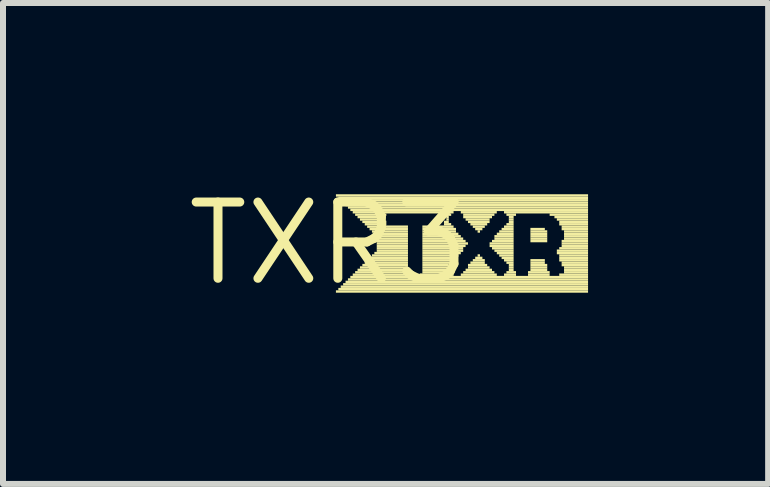
<source format=kicad_pcb>
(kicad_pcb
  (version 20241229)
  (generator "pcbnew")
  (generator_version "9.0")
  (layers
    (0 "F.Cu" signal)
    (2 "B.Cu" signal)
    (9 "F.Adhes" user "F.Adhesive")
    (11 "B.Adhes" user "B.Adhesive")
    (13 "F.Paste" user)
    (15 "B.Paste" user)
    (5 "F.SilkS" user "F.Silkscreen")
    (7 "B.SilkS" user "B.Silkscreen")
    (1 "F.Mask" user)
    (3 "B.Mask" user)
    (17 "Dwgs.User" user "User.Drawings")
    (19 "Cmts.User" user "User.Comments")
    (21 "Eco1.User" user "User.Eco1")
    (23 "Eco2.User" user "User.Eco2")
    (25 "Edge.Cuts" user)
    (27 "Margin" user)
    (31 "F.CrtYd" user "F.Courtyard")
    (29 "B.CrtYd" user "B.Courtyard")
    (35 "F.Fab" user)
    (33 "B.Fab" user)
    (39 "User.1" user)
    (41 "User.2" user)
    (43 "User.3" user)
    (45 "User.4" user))
  (footprint "TXR3"
    (layer "F.Cu")
    (at 2.426 1.006)
    (property "Reference" "TXR3" (at 0 0 0) (layer "F.SilkS") (effects (font (size 1.27 1.27) (thickness 0.15))))
    (fp_poly (pts (xy 0.12 -0.78) (xy 4.32 -0.78) (xy 4.32 -0.82) (xy 0.12 -0.82)) (stroke (width 0) (type default)) (fill yes) (layer "F.SilkS"))
    (fp_poly (pts (xy 0.12 0.82) (xy 4.32 0.82) (xy 4.32 0.78) (xy 0.12 0.78)) (stroke (width 0) (type default)) (fill yes) (layer "F.SilkS"))
    (fp_poly (pts (xy 0.16 -0.74) (xy 4.32 -0.74) (xy 4.32 -0.78) (xy 0.16 -0.78)) (stroke (width 0) (type default)) (fill yes) (layer "F.SilkS"))
    (fp_poly (pts (xy 0.16 0.78) (xy 4.32 0.78) (xy 4.32 0.74) (xy 0.16 0.74)) (stroke (width 0) (type default)) (fill yes) (layer "F.SilkS"))
    (fp_poly (pts (xy 0.2 -0.7) (xy 4.32 -0.7) (xy 4.32 -0.74) (xy 0.2 -0.74)) (stroke (width 0) (type default)) (fill yes) (layer "F.SilkS"))
    (fp_poly (pts (xy 0.2 0.74) (xy 4.32 0.74) (xy 4.32 0.7) (xy 0.2 0.7)) (stroke (width 0) (type default)) (fill yes) (layer "F.SilkS"))
    (fp_poly (pts (xy 0.24 -0.66) (xy 4.32 -0.66) (xy 4.32 -0.7) (xy 0.24 -0.7)) (stroke (width 0) (type default)) (fill yes) (layer "F.SilkS"))
    (fp_poly (pts (xy 0.24 0.7) (xy 4.32 0.7) (xy 4.32 0.66) (xy 0.24 0.66)) (stroke (width 0) (type default)) (fill yes) (layer "F.SilkS"))
    (fp_poly (pts (xy 0.28 -0.62) (xy 4.32 -0.62) (xy 4.32 -0.66) (xy 0.28 -0.66)) (stroke (width 0) (type default)) (fill yes) (layer "F.SilkS"))
    (fp_poly (pts (xy 0.28 0.66) (xy 4.32 0.66) (xy 4.32 0.62) (xy 0.28 0.62)) (stroke (width 0) (type default)) (fill yes) (layer "F.SilkS"))
    (fp_poly (pts (xy 0.32 -0.58) (xy 4.32 -0.58) (xy 4.32 -0.62) (xy 0.32 -0.62)) (stroke (width 0) (type default)) (fill yes) (layer "F.SilkS"))
    (fp_poly (pts (xy 0.32 0.62) (xy 4.32 0.62) (xy 4.32 0.58) (xy 0.32 0.58)) (stroke (width 0) (type default)) (fill yes) (layer "F.SilkS"))
    (fp_poly (pts (xy 0.36 -0.54) (xy 4.32 -0.54) (xy 4.32 -0.58) (xy 0.36 -0.58)) (stroke (width 0) (type default)) (fill yes) (layer "F.SilkS"))
    (fp_poly (pts (xy 0.36 0.58) (xy 4.32 0.58) (xy 4.32 0.54) (xy 0.36 0.54)) (stroke (width 0) (type default)) (fill yes) (layer "F.SilkS"))
    (fp_poly (pts (xy 0.4 -0.5) (xy 2.08 -0.5) (xy 2.08 -0.54) (xy 0.4 -0.54)) (stroke (width 0) (type default)) (fill yes) (layer "F.SilkS"))
    (fp_poly (pts (xy 0.4 0.54) (xy 1.36 0.54) (xy 1.36 0.5) (xy 0.4 0.5)) (stroke (width 0) (type default)) (fill yes) (layer "F.SilkS"))
    (fp_poly (pts (xy 0.44 -0.46) (xy 0.96 -0.46) (xy 0.96 -0.5) (xy 0.44 -0.5)) (stroke (width 0) (type default)) (fill yes) (layer "F.SilkS"))
    (fp_poly (pts (xy 0.44 0.5) (xy 1.32 0.5) (xy 1.32 0.46) (xy 0.44 0.46)) (stroke (width 0) (type default)) (fill yes) (layer "F.SilkS"))
    (fp_poly (pts (xy 0.48 -0.42) (xy 0.92 -0.42) (xy 0.92 -0.46) (xy 0.48 -0.46)) (stroke (width 0) (type default)) (fill yes) (layer "F.SilkS"))
    (fp_poly (pts (xy 0.48 0.46) (xy 1.32 0.46) (xy 1.32 0.42) (xy 0.48 0.42)) (stroke (width 0) (type default)) (fill yes) (layer "F.SilkS"))
    (fp_poly (pts (xy 0.52 -0.38) (xy 0.92 -0.38) (xy 0.92 -0.42) (xy 0.52 -0.42)) (stroke (width 0) (type default)) (fill yes) (layer "F.SilkS"))
    (fp_poly (pts (xy 0.52 0.42) (xy 1.32 0.42) (xy 1.32 0.38) (xy 0.52 0.38)) (stroke (width 0) (type default)) (fill yes) (layer "F.SilkS"))
    (fp_poly (pts (xy 0.56 -0.34) (xy 0.96 -0.34) (xy 0.96 -0.38) (xy 0.56 -0.38)) (stroke (width 0) (type default)) (fill yes) (layer "F.SilkS"))
    (fp_poly (pts (xy 0.56 0.38) (xy 1.32 0.38) (xy 1.32 0.34) (xy 0.56 0.34)) (stroke (width 0) (type default)) (fill yes) (layer "F.SilkS"))
    (fp_poly (pts (xy 0.6 -0.3) (xy 0.96 -0.3) (xy 0.96 -0.34) (xy 0.6 -0.34)) (stroke (width 0) (type default)) (fill yes) (layer "F.SilkS"))
    (fp_poly (pts (xy 0.6 0.34) (xy 1.32 0.34) (xy 1.32 0.3) (xy 0.6 0.3)) (stroke (width 0) (type default)) (fill yes) (layer "F.SilkS"))
    (fp_poly (pts (xy 0.64 -0.26) (xy 1.32 -0.26) (xy 1.32 -0.3) (xy 0.64 -0.3)) (stroke (width 0) (type default)) (fill yes) (layer "F.SilkS"))
    (fp_poly (pts (xy 0.64 0.3) (xy 1.32 0.3) (xy 1.32 0.26) (xy 0.64 0.26)) (stroke (width 0) (type default)) (fill yes) (layer "F.SilkS"))
    (fp_poly (pts (xy 0.68 -0.22) (xy 1.32 -0.22) (xy 1.32 -0.26) (xy 0.68 -0.26)) (stroke (width 0) (type default)) (fill yes) (layer "F.SilkS"))
    (fp_poly (pts (xy 0.68 0.26) (xy 1.32 0.26) (xy 1.32 0.22) (xy 0.68 0.22)) (stroke (width 0) (type default)) (fill yes) (layer "F.SilkS"))
    (fp_poly (pts (xy 0.72 -0.18) (xy 1.32 -0.18) (xy 1.32 -0.22) (xy 0.72 -0.22)) (stroke (width 0) (type default)) (fill yes) (layer "F.SilkS"))
    (fp_poly (pts (xy 0.72 0.22) (xy 1.32 0.22) (xy 1.32 0.18) (xy 0.72 0.18)) (stroke (width 0) (type default)) (fill yes) (layer "F.SilkS"))
    (fp_poly (pts (xy 0.76 -0.14) (xy 1.32 -0.14) (xy 1.32 -0.18) (xy 0.76 -0.18)) (stroke (width 0) (type default)) (fill yes) (layer "F.SilkS"))
    (fp_poly (pts (xy 0.76 0.18) (xy 1.32 0.18) (xy 1.32 0.14) (xy 0.76 0.14)) (stroke (width 0) (type default)) (fill yes) (layer "F.SilkS"))
    (fp_poly (pts (xy 0.8 -0.1) (xy 1.32 -0.1) (xy 1.32 -0.14) (xy 0.8 -0.14)) (stroke (width 0) (type default)) (fill yes) (layer "F.SilkS"))
    (fp_poly (pts (xy 0.8 -0.06) (xy 1.32 -0.06) (xy 1.32 -0.1) (xy 0.8 -0.1)) (stroke (width 0) (type default)) (fill yes) (layer "F.SilkS"))
    (fp_poly (pts (xy 0.8 -0.02) (xy 1.32 -0.02) (xy 1.32 -0.06) (xy 0.8 -0.06)) (stroke (width 0) (type default)) (fill yes) (layer "F.SilkS"))
    (fp_poly (pts (xy 0.8 0.02) (xy 1.32 0.02) (xy 1.32 -0.02) (xy 0.8 -0.02)) (stroke (width 0) (type default)) (fill yes) (layer "F.SilkS"))
    (fp_poly (pts (xy 0.8 0.06) (xy 1.32 0.06) (xy 1.32 0.02) (xy 0.8 0.02)) (stroke (width 0) (type default)) (fill yes) (layer "F.SilkS"))
    (fp_poly (pts (xy 0.8 0.1) (xy 1.32 0.1) (xy 1.32 0.06) (xy 0.8 0.06)) (stroke (width 0) (type default)) (fill yes) (layer "F.SilkS"))
    (fp_poly (pts (xy 0.8 0.14) (xy 1.32 0.14) (xy 1.32 0.1) (xy 0.8 0.1)) (stroke (width 0) (type default)) (fill yes) (layer "F.SilkS"))
    (fp_poly (pts (xy 1.52 0.54) (xy 2.08 0.54) (xy 2.08 0.5) (xy 1.52 0.5)) (stroke (width 0) (type default)) (fill yes) (layer "F.SilkS"))
    (fp_poly (pts (xy 1.56 -0.26) (xy 2.08 -0.26) (xy 2.08 -0.3) (xy 1.56 -0.3)) (stroke (width 0) (type default)) (fill yes) (layer "F.SilkS"))
    (fp_poly (pts (xy 1.56 -0.22) (xy 2.12 -0.22) (xy 2.12 -0.26) (xy 1.56 -0.26)) (stroke (width 0) (type default)) (fill yes) (layer "F.SilkS"))
    (fp_poly (pts (xy 1.56 -0.18) (xy 2.12 -0.18) (xy 2.12 -0.22) (xy 1.56 -0.22)) (stroke (width 0) (type default)) (fill yes) (layer "F.SilkS"))
    (fp_poly (pts (xy 1.56 -0.14) (xy 2.16 -0.14) (xy 2.16 -0.18) (xy 1.56 -0.18)) (stroke (width 0) (type default)) (fill yes) (layer "F.SilkS"))
    (fp_poly (pts (xy 1.56 -0.1) (xy 2.2 -0.1) (xy 2.2 -0.14) (xy 1.56 -0.14)) (stroke (width 0) (type default)) (fill yes) (layer "F.SilkS"))
    (fp_poly (pts (xy 1.56 -0.06) (xy 2.24 -0.06) (xy 2.24 -0.1) (xy 1.56 -0.1)) (stroke (width 0) (type default)) (fill yes) (layer "F.SilkS"))
    (fp_poly (pts (xy 1.56 -0.02) (xy 2.28 -0.02) (xy 2.28 -0.06) (xy 1.56 -0.06)) (stroke (width 0) (type default)) (fill yes) (layer "F.SilkS"))
    (fp_poly (pts (xy 1.56 0.02) (xy 2.32 0.02) (xy 2.32 -0.02) (xy 1.56 -0.02)) (stroke (width 0) (type default)) (fill yes) (layer "F.SilkS"))
    (fp_poly (pts (xy 1.56 0.06) (xy 2.28 0.06) (xy 2.28 0.02) (xy 1.56 0.02)) (stroke (width 0) (type default)) (fill yes) (layer "F.SilkS"))
    (fp_poly (pts (xy 1.56 0.1) (xy 2.24 0.1) (xy 2.24 0.06) (xy 1.56 0.06)) (stroke (width 0) (type default)) (fill yes) (layer "F.SilkS"))
    (fp_poly (pts (xy 1.56 0.14) (xy 2.24 0.14) (xy 2.24 0.1) (xy 1.56 0.1)) (stroke (width 0) (type default)) (fill yes) (layer "F.SilkS"))
    (fp_poly (pts (xy 1.56 0.18) (xy 2.2 0.18) (xy 2.2 0.14) (xy 1.56 0.14)) (stroke (width 0) (type default)) (fill yes) (layer "F.SilkS"))
    (fp_poly (pts (xy 1.56 0.22) (xy 2.16 0.22) (xy 2.16 0.18) (xy 1.56 0.18)) (stroke (width 0) (type default)) (fill yes) (layer "F.SilkS"))
    (fp_poly (pts (xy 1.56 0.26) (xy 2.12 0.26) (xy 2.12 0.22) (xy 1.56 0.22)) (stroke (width 0) (type default)) (fill yes) (layer "F.SilkS"))
    (fp_poly (pts (xy 1.56 0.3) (xy 2.08 0.3) (xy 2.08 0.26) (xy 1.56 0.26)) (stroke (width 0) (type default)) (fill yes) (layer "F.SilkS"))
    (fp_poly (pts (xy 1.56 0.34) (xy 2.04 0.34) (xy 2.04 0.3) (xy 1.56 0.3)) (stroke (width 0) (type default)) (fill yes) (layer "F.SilkS"))
    (fp_poly (pts (xy 1.56 0.38) (xy 2 0.38) (xy 2 0.34) (xy 1.56 0.34)) (stroke (width 0) (type default)) (fill yes) (layer "F.SilkS"))
    (fp_poly (pts (xy 1.56 0.42) (xy 2 0.42) (xy 2 0.38) (xy 1.56 0.38)) (stroke (width 0) (type default)) (fill yes) (layer "F.SilkS"))
    (fp_poly (pts (xy 1.56 0.46) (xy 2 0.46) (xy 2 0.42) (xy 1.56 0.42)) (stroke (width 0) (type default)) (fill yes) (layer "F.SilkS"))
    (fp_poly (pts (xy 1.56 0.5) (xy 2 0.5) (xy 2 0.46) (xy 1.56 0.46)) (stroke (width 0) (type default)) (fill yes) (layer "F.SilkS"))
    (fp_poly (pts (xy 1.92 -0.46) (xy 2.04 -0.46) (xy 2.04 -0.5) (xy 1.92 -0.5)) (stroke (width 0) (type default)) (fill yes) (layer "F.SilkS"))
    (fp_poly (pts (xy 1.92 -0.34) (xy 2 -0.34) (xy 2 -0.38) (xy 1.92 -0.38)) (stroke (width 0) (type default)) (fill yes) (layer "F.SilkS"))
    (fp_poly (pts (xy 1.92 -0.3) (xy 2.04 -0.3) (xy 2.04 -0.34) (xy 1.92 -0.34)) (stroke (width 0) (type default)) (fill yes) (layer "F.SilkS"))
    (fp_poly (pts (xy 1.96 -0.42) (xy 2 -0.42) (xy 2 -0.46) (xy 1.96 -0.46)) (stroke (width 0) (type default)) (fill yes) (layer "F.SilkS"))
    (fp_poly (pts (xy 1.96 -0.38) (xy 2 -0.38) (xy 2 -0.42) (xy 1.96 -0.42)) (stroke (width 0) (type default)) (fill yes) (layer "F.SilkS"))
    (fp_poly (pts (xy 2.2 -0.5) (xy 2.8 -0.5) (xy 2.8 -0.54) (xy 2.2 -0.54)) (stroke (width 0) (type default)) (fill yes) (layer "F.SilkS"))
    (fp_poly (pts (xy 2.2 0.54) (xy 2.8 0.54) (xy 2.8 0.5) (xy 2.2 0.5)) (stroke (width 0) (type default)) (fill yes) (layer "F.SilkS"))
    (fp_poly (pts (xy 2.24 -0.46) (xy 2.76 -0.46) (xy 2.76 -0.5) (xy 2.24 -0.5)) (stroke (width 0) (type default)) (fill yes) (layer "F.SilkS"))
    (fp_poly (pts (xy 2.24 -0.42) (xy 2.72 -0.42) (xy 2.72 -0.46) (xy 2.24 -0.46)) (stroke (width 0) (type default)) (fill yes) (layer "F.SilkS"))
    (fp_poly (pts (xy 2.24 0.5) (xy 2.76 0.5) (xy 2.76 0.46) (xy 2.24 0.46)) (stroke (width 0) (type default)) (fill yes) (layer "F.SilkS"))
    (fp_poly (pts (xy 2.28 -0.38) (xy 2.68 -0.38) (xy 2.68 -0.42) (xy 2.28 -0.42)) (stroke (width 0) (type default)) (fill yes) (layer "F.SilkS"))
    (fp_poly (pts (xy 2.28 0.46) (xy 2.72 0.46) (xy 2.72 0.42) (xy 2.28 0.42)) (stroke (width 0) (type default)) (fill yes) (layer "F.SilkS"))
    (fp_poly (pts (xy 2.32 -0.34) (xy 2.68 -0.34) (xy 2.68 -0.38) (xy 2.32 -0.38)) (stroke (width 0) (type default)) (fill yes) (layer "F.SilkS"))
    (fp_poly (pts (xy 2.32 0.38) (xy 2.64 0.38) (xy 2.64 0.34) (xy 2.32 0.34)) (stroke (width 0) (type default)) (fill yes) (layer "F.SilkS"))
    (fp_poly (pts (xy 2.32 0.42) (xy 2.68 0.42) (xy 2.68 0.38) (xy 2.32 0.38)) (stroke (width 0) (type default)) (fill yes) (layer "F.SilkS"))
    (fp_poly (pts (xy 2.36 -0.3) (xy 2.64 -0.3) (xy 2.64 -0.34) (xy 2.36 -0.34)) (stroke (width 0) (type default)) (fill yes) (layer "F.SilkS"))
    (fp_poly (pts (xy 2.36 0.34) (xy 2.6 0.34) (xy 2.6 0.3) (xy 2.36 0.3)) (stroke (width 0) (type default)) (fill yes) (layer "F.SilkS"))
    (fp_poly (pts (xy 2.4 -0.26) (xy 2.6 -0.26) (xy 2.6 -0.3) (xy 2.4 -0.3)) (stroke (width 0) (type default)) (fill yes) (layer "F.SilkS"))
    (fp_poly (pts (xy 2.4 0.3) (xy 2.6 0.3) (xy 2.6 0.26) (xy 2.4 0.26)) (stroke (width 0) (type default)) (fill yes) (layer "F.SilkS"))
    (fp_poly (pts (xy 2.44 -0.22) (xy 2.56 -0.22) (xy 2.56 -0.26) (xy 2.44 -0.26)) (stroke (width 0) (type default)) (fill yes) (layer "F.SilkS"))
    (fp_poly (pts (xy 2.44 0.26) (xy 2.56 0.26) (xy 2.56 0.22) (xy 2.44 0.22)) (stroke (width 0) (type default)) (fill yes) (layer "F.SilkS"))
    (fp_poly (pts (xy 2.48 -0.18) (xy 2.52 -0.18) (xy 2.52 -0.22) (xy 2.48 -0.22)) (stroke (width 0) (type default)) (fill yes) (layer "F.SilkS"))
    (fp_poly (pts (xy 2.48 0.22) (xy 2.52 0.22) (xy 2.52 0.18) (xy 2.48 0.18)) (stroke (width 0) (type default)) (fill yes) (layer "F.SilkS"))
    (fp_poly (pts (xy 2.68 0.02) (xy 3.08 0.02) (xy 3.08 -0.02) (xy 2.68 -0.02)) (stroke (width 0) (type default)) (fill yes) (layer "F.SilkS"))
    (fp_poly (pts (xy 2.68 0.06) (xy 3.08 0.06) (xy 3.08 0.02) (xy 2.68 0.02)) (stroke (width 0) (type default)) (fill yes) (layer "F.SilkS"))
    (fp_poly (pts (xy 2.72 -0.02) (xy 3.08 -0.02) (xy 3.08 -0.06) (xy 2.72 -0.06)) (stroke (width 0) (type default)) (fill yes) (layer "F.SilkS"))
    (fp_poly (pts (xy 2.72 0.1) (xy 3.08 0.1) (xy 3.08 0.06) (xy 2.72 0.06)) (stroke (width 0) (type default)) (fill yes) (layer "F.SilkS"))
    (fp_poly (pts (xy 2.76 -0.1) (xy 3.08 -0.1) (xy 3.08 -0.14) (xy 2.76 -0.14)) (stroke (width 0) (type default)) (fill yes) (layer "F.SilkS"))
    (fp_poly (pts (xy 2.76 -0.06) (xy 3.08 -0.06) (xy 3.08 -0.1) (xy 2.76 -0.1)) (stroke (width 0) (type default)) (fill yes) (layer "F.SilkS"))
    (fp_poly (pts (xy 2.76 0.14) (xy 3.08 0.14) (xy 3.08 0.1) (xy 2.76 0.1)) (stroke (width 0) (type default)) (fill yes) (layer "F.SilkS"))
    (fp_poly (pts (xy 2.8 -0.14) (xy 3.08 -0.14) (xy 3.08 -0.18) (xy 2.8 -0.18)) (stroke (width 0) (type default)) (fill yes) (layer "F.SilkS"))
    (fp_poly (pts (xy 2.8 0.18) (xy 3.08 0.18) (xy 3.08 0.14) (xy 2.8 0.14)) (stroke (width 0) (type default)) (fill yes) (layer "F.SilkS"))
    (fp_poly (pts (xy 2.84 -0.18) (xy 3.08 -0.18) (xy 3.08 -0.22) (xy 2.84 -0.22)) (stroke (width 0) (type default)) (fill yes) (layer "F.SilkS"))
    (fp_poly (pts (xy 2.84 0.22) (xy 3.08 0.22) (xy 3.08 0.18) (xy 2.84 0.18)) (stroke (width 0) (type default)) (fill yes) (layer "F.SilkS"))
    (fp_poly (pts (xy 2.88 -0.22) (xy 3.08 -0.22) (xy 3.08 -0.26) (xy 2.88 -0.26)) (stroke (width 0) (type default)) (fill yes) (layer "F.SilkS"))
    (fp_poly (pts (xy 2.88 0.26) (xy 3.08 0.26) (xy 3.08 0.22) (xy 2.88 0.22)) (stroke (width 0) (type default)) (fill yes) (layer "F.SilkS"))
    (fp_poly (pts (xy 2.92 -0.5) (xy 4.32 -0.5) (xy 4.32 -0.54) (xy 2.92 -0.54)) (stroke (width 0) (type default)) (fill yes) (layer "F.SilkS"))
    (fp_poly (pts (xy 2.92 -0.26) (xy 3.08 -0.26) (xy 3.08 -0.3) (xy 2.92 -0.3)) (stroke (width 0) (type default)) (fill yes) (layer "F.SilkS"))
    (fp_poly (pts (xy 2.92 0.3) (xy 3.08 0.3) (xy 3.08 0.26) (xy 2.92 0.26)) (stroke (width 0) (type default)) (fill yes) (layer "F.SilkS"))
    (fp_poly (pts (xy 2.92 0.54) (xy 3.12 0.54) (xy 3.12 0.5) (xy 2.92 0.5)) (stroke (width 0) (type default)) (fill yes) (layer "F.SilkS"))
    (fp_poly (pts (xy 2.96 -0.46) (xy 3.12 -0.46) (xy 3.12 -0.5) (xy 2.96 -0.5)) (stroke (width 0) (type default)) (fill yes) (layer "F.SilkS"))
    (fp_poly (pts (xy 2.96 -0.3) (xy 3.08 -0.3) (xy 3.08 -0.34) (xy 2.96 -0.34)) (stroke (width 0) (type default)) (fill yes) (layer "F.SilkS"))
    (fp_poly (pts (xy 2.96 0.34) (xy 3.08 0.34) (xy 3.08 0.3) (xy 2.96 0.3)) (stroke (width 0) (type default)) (fill yes) (layer "F.SilkS"))
    (fp_poly (pts (xy 2.96 0.5) (xy 3.12 0.5) (xy 3.12 0.46) (xy 2.96 0.46)) (stroke (width 0) (type default)) (fill yes) (layer "F.SilkS"))
    (fp_poly (pts (xy 3 -0.42) (xy 3.08 -0.42) (xy 3.08 -0.46) (xy 3 -0.46)) (stroke (width 0) (type default)) (fill yes) (layer "F.SilkS"))
    (fp_poly (pts (xy 3 -0.38) (xy 3.08 -0.38) (xy 3.08 -0.42) (xy 3 -0.42)) (stroke (width 0) (type default)) (fill yes) (layer "F.SilkS"))
    (fp_poly (pts (xy 3 -0.34) (xy 3.08 -0.34) (xy 3.08 -0.38) (xy 3 -0.38)) (stroke (width 0) (type default)) (fill yes) (layer "F.SilkS"))
    (fp_poly (pts (xy 3 0.38) (xy 3.08 0.38) (xy 3.08 0.34) (xy 3 0.34)) (stroke (width 0) (type default)) (fill yes) (layer "F.SilkS"))
    (fp_poly (pts (xy 3 0.42) (xy 3.08 0.42) (xy 3.08 0.38) (xy 3 0.38)) (stroke (width 0) (type default)) (fill yes) (layer "F.SilkS"))
    (fp_poly (pts (xy 3 0.46) (xy 3.08 0.46) (xy 3.08 0.42) (xy 3 0.42)) (stroke (width 0) (type default)) (fill yes) (layer "F.SilkS"))
    (fp_poly (pts (xy 3.32 0.5) (xy 3.68 0.5) (xy 3.68 0.46) (xy 3.32 0.46)) (stroke (width 0) (type default)) (fill yes) (layer "F.SilkS"))
    (fp_poly (pts (xy 3.32 0.54) (xy 3.68 0.54) (xy 3.68 0.5) (xy 3.32 0.5)) (stroke (width 0) (type default)) (fill yes) (layer "F.SilkS"))
    (fp_poly (pts (xy 3.36 -0.22) (xy 3.6 -0.22) (xy 3.6 -0.26) (xy 3.36 -0.26)) (stroke (width 0) (type default)) (fill yes) (layer "F.SilkS"))
    (fp_poly (pts (xy 3.36 -0.18) (xy 3.64 -0.18) (xy 3.64 -0.22) (xy 3.36 -0.22)) (stroke (width 0) (type default)) (fill yes) (layer "F.SilkS"))
    (fp_poly (pts (xy 3.36 -0.14) (xy 3.64 -0.14) (xy 3.64 -0.18) (xy 3.36 -0.18)) (stroke (width 0) (type default)) (fill yes) (layer "F.SilkS"))
    (fp_poly (pts (xy 3.36 -0.1) (xy 3.64 -0.1) (xy 3.64 -0.14) (xy 3.36 -0.14)) (stroke (width 0) (type default)) (fill yes) (layer "F.SilkS"))
    (fp_poly (pts (xy 3.36 -0.06) (xy 3.64 -0.06) (xy 3.64 -0.1) (xy 3.36 -0.1)) (stroke (width 0) (type default)) (fill yes) (layer "F.SilkS"))
    (fp_poly (pts (xy 3.36 -0.02) (xy 3.64 -0.02) (xy 3.64 -0.06) (xy 3.36 -0.06)) (stroke (width 0) (type default)) (fill yes) (layer "F.SilkS"))
    (fp_poly (pts (xy 3.36 0.3) (xy 3.6 0.3) (xy 3.6 0.26) (xy 3.36 0.26)) (stroke (width 0) (type default)) (fill yes) (layer "F.SilkS"))
    (fp_poly (pts (xy 3.36 0.34) (xy 3.6 0.34) (xy 3.6 0.3) (xy 3.36 0.3)) (stroke (width 0) (type default)) (fill yes) (layer "F.SilkS"))
    (fp_poly (pts (xy 3.36 0.38) (xy 3.64 0.38) (xy 3.64 0.34) (xy 3.36 0.34)) (stroke (width 0) (type default)) (fill yes) (layer "F.SilkS"))
    (fp_poly (pts (xy 3.36 0.42) (xy 3.64 0.42) (xy 3.64 0.38) (xy 3.36 0.38)) (stroke (width 0) (type default)) (fill yes) (layer "F.SilkS"))
    (fp_poly (pts (xy 3.36 0.46) (xy 3.64 0.46) (xy 3.64 0.42) (xy 3.36 0.42)) (stroke (width 0) (type default)) (fill yes) (layer "F.SilkS"))
    (fp_poly (pts (xy 3.68 -0.46) (xy 4.32 -0.46) (xy 4.32 -0.5) (xy 3.68 -0.5)) (stroke (width 0) (type default)) (fill yes) (layer "F.SilkS"))
    (fp_poly (pts (xy 3.76 -0.42) (xy 4.32 -0.42) (xy 4.32 -0.46) (xy 3.76 -0.46)) (stroke (width 0) (type default)) (fill yes) (layer "F.SilkS"))
    (fp_poly (pts (xy 3.8 -0.38) (xy 4.32 -0.38) (xy 4.32 -0.42) (xy 3.8 -0.42)) (stroke (width 0) (type default)) (fill yes) (layer "F.SilkS"))
    (fp_poly (pts (xy 3.8 0.14) (xy 4.32 0.14) (xy 4.32 0.1) (xy 3.8 0.1)) (stroke (width 0) (type default)) (fill yes) (layer "F.SilkS"))
    (fp_poly (pts (xy 3.8 0.18) (xy 4.32 0.18) (xy 4.32 0.14) (xy 3.8 0.14)) (stroke (width 0) (type default)) (fill yes) (layer "F.SilkS"))
    (fp_poly (pts (xy 3.84 -0.34) (xy 4.32 -0.34) (xy 4.32 -0.38) (xy 3.84 -0.38)) (stroke (width 0) (type default)) (fill yes) (layer "F.SilkS"))
    (fp_poly (pts (xy 3.84 -0.3) (xy 4.32 -0.3) (xy 4.32 -0.34) (xy 3.84 -0.34)) (stroke (width 0) (type default)) (fill yes) (layer "F.SilkS"))
    (fp_poly (pts (xy 3.84 0.1) (xy 4.32 0.1) (xy 4.32 0.06) (xy 3.84 0.06)) (stroke (width 0) (type default)) (fill yes) (layer "F.SilkS"))
    (fp_poly (pts (xy 3.84 0.22) (xy 4.32 0.22) (xy 4.32 0.18) (xy 3.84 0.18)) (stroke (width 0) (type default)) (fill yes) (layer "F.SilkS"))
    (fp_poly (pts (xy 3.84 0.26) (xy 4.32 0.26) (xy 4.32 0.22) (xy 3.84 0.22)) (stroke (width 0) (type default)) (fill yes) (layer "F.SilkS"))
    (fp_poly (pts (xy 3.84 0.3) (xy 4.32 0.3) (xy 4.32 0.26) (xy 3.84 0.26)) (stroke (width 0) (type default)) (fill yes) (layer "F.SilkS"))
    (fp_poly (pts (xy 3.84 0.54) (xy 4.32 0.54) (xy 4.32 0.5) (xy 3.84 0.5)) (stroke (width 0) (type default)) (fill yes) (layer "F.SilkS"))
    (fp_poly (pts (xy 3.88 -0.26) (xy 4.32 -0.26) (xy 4.32 -0.3) (xy 3.88 -0.3)) (stroke (width 0) (type default)) (fill yes) (layer "F.SilkS"))
    (fp_poly (pts (xy 3.88 -0.22) (xy 4.32 -0.22) (xy 4.32 -0.26) (xy 3.88 -0.26)) (stroke (width 0) (type default)) (fill yes) (layer "F.SilkS"))
    (fp_poly (pts (xy 3.88 -0.02) (xy 4.32 -0.02) (xy 4.32 -0.06) (xy 3.88 -0.06)) (stroke (width 0) (type default)) (fill yes) (layer "F.SilkS"))
    (fp_poly (pts (xy 3.88 0.02) (xy 4.32 0.02) (xy 4.32 -0.02) (xy 3.88 -0.02)) (stroke (width 0) (type default)) (fill yes) (layer "F.SilkS"))
    (fp_poly (pts (xy 3.88 0.06) (xy 4.32 0.06) (xy 4.32 0.02) (xy 3.88 0.02)) (stroke (width 0) (type default)) (fill yes) (layer "F.SilkS"))
    (fp_poly (pts (xy 3.88 0.34) (xy 4.32 0.34) (xy 4.32 0.3) (xy 3.88 0.3)) (stroke (width 0) (type default)) (fill yes) (layer "F.SilkS"))
    (fp_poly (pts (xy 3.88 0.38) (xy 4.32 0.38) (xy 4.32 0.34) (xy 3.88 0.34)) (stroke (width 0) (type default)) (fill yes) (layer "F.SilkS"))
    (fp_poly (pts (xy 3.92 -0.18) (xy 4.32 -0.18) (xy 4.32 -0.22) (xy 3.92 -0.22)) (stroke (width 0) (type default)) (fill yes) (layer "F.SilkS"))
    (fp_poly (pts (xy 3.92 -0.14) (xy 4.32 -0.14) (xy 4.32 -0.18) (xy 3.92 -0.18)) (stroke (width 0) (type default)) (fill yes) (layer "F.SilkS"))
    (fp_poly (pts (xy 3.92 -0.1) (xy 4.32 -0.1) (xy 4.32 -0.14) (xy 3.92 -0.14)) (stroke (width 0) (type default)) (fill yes) (layer "F.SilkS"))
    (fp_poly (pts (xy 3.92 -0.06) (xy 4.32 -0.06) (xy 4.32 -0.1) (xy 3.92 -0.1)) (stroke (width 0) (type default)) (fill yes) (layer "F.SilkS"))
    (fp_poly (pts (xy 3.92 0.42) (xy 4.32 0.42) (xy 4.32 0.38) (xy 3.92 0.38)) (stroke (width 0) (type default)) (fill yes) (layer "F.SilkS"))
    (fp_poly (pts (xy 3.92 0.46) (xy 4.32 0.46) (xy 4.32 0.42) (xy 3.92 0.42)) (stroke (width 0) (type default)) (fill yes) (layer "F.SilkS"))
    (fp_poly (pts (xy 3.92 0.5) (xy 4.32 0.5) (xy 4.32 0.46) (xy 3.92 0.46)) (stroke (width 0) (type default)) (fill yes) (layer "F.SilkS")))
  (gr_rect
    (start -3 -3)
    (end 9.746 5.012)
    (stroke (width 0.1) (type default))
    (fill no)
    (layer "Edge.Cuts")))
</source>
